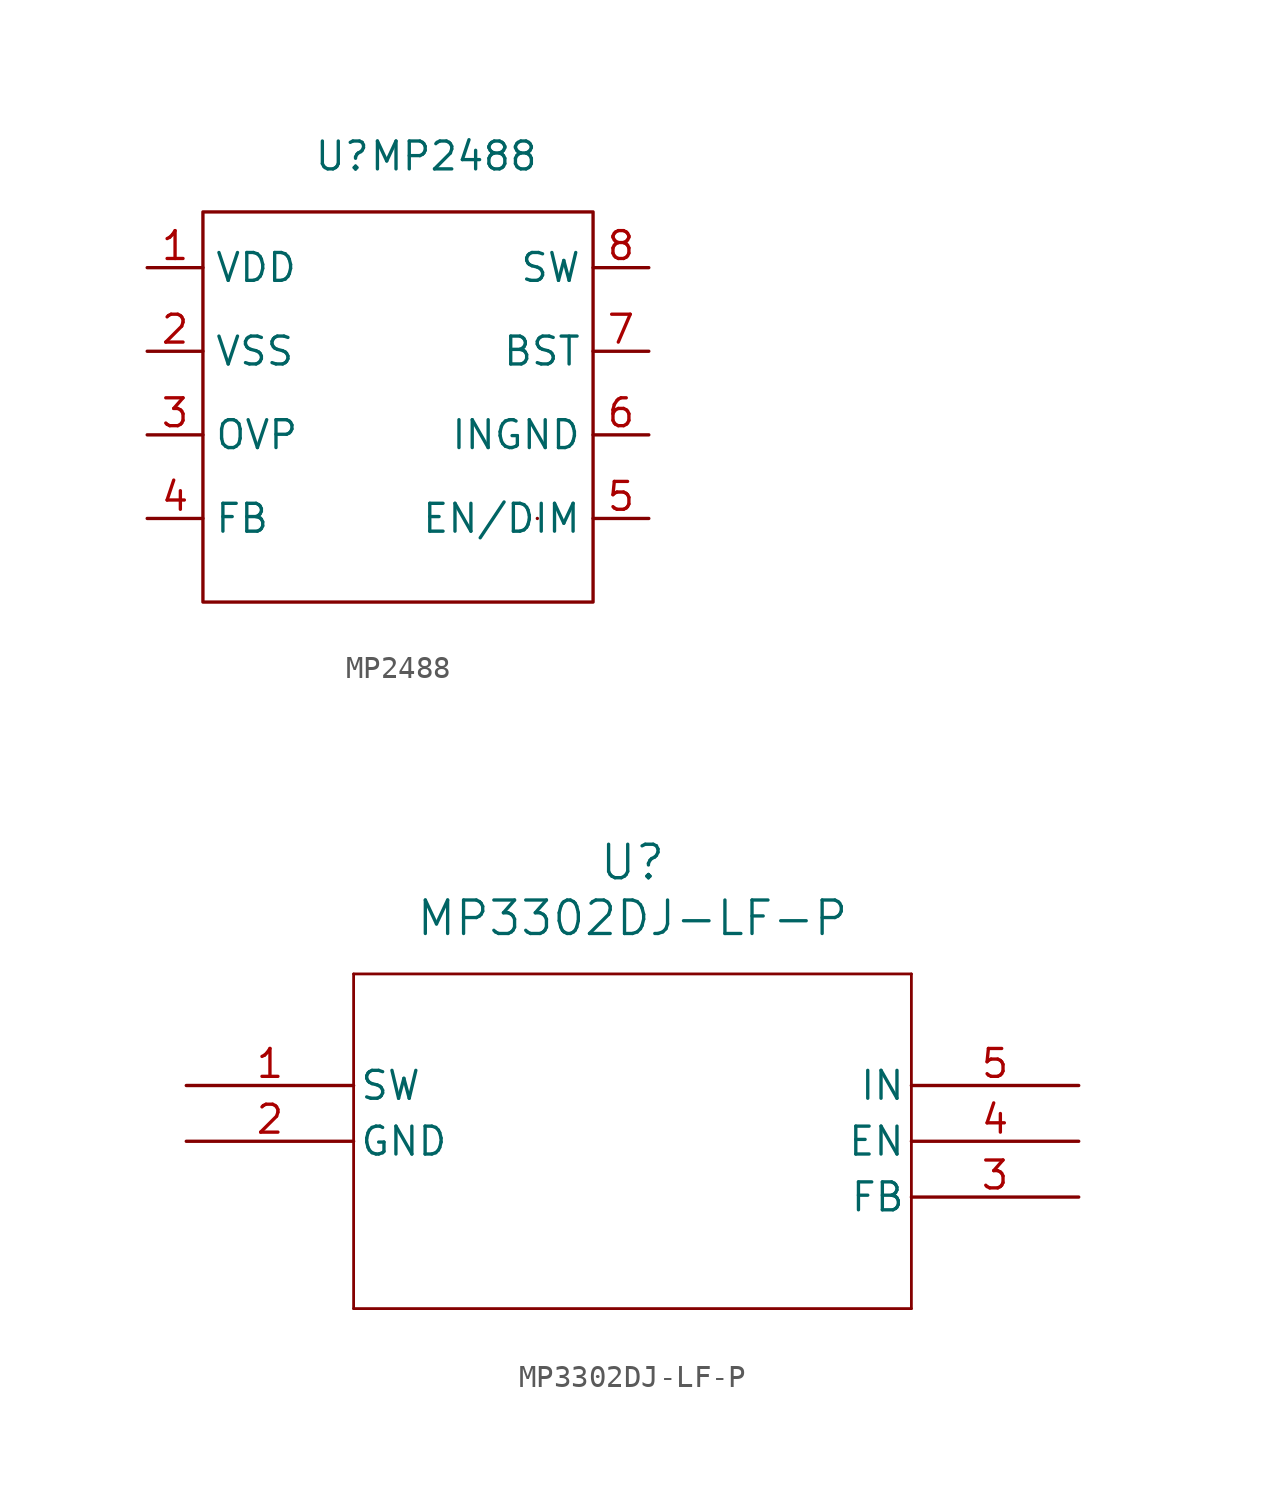
<source format=kicad_sym>
(kicad_symbol_lib
  (version 20211014)
  (generator kicad_symbol_editor)
  (symbol "MP2488"
    (property "Reference" "U"
      (at 0 0 0)
      (effects (font (size 1.27 1.27))))
    (property "Value" "MP2488"
      (at 5.08 0 0)
      (effects (font (size 1.27 1.27))))
    (symbol "MP2488_0_1"
      (rectangle (start -6.35 -2.54) (end 11.43 -20.32) (stroke (width 0) (type default) (color 0 0 0 0)) (fill (type none)))
      (rectangle (start 8.89 -16.51) (end 8.89 -16.51) (stroke (width 0) (type default) (color 0 0 0 0)) (fill (type none))))
    (symbol "MP2488_1_1"
      (pin input line (at -8.89 -5.08 0) (length 2.54) (name "VDD" (effects (font (size 1.27 1.27)))) (number "1" (effects (font (size 1.27 1.27)))))
      (pin input line (at -8.89 -8.89 0) (length 2.54) (name "VSS" (effects (font (size 1.27 1.27)))) (number "2" (effects (font (size 1.27 1.27)))))
      (pin input line (at -8.89 -12.7 0) (length 2.54) (name "OVP" (effects (font (size 1.27 1.27)))) (number "3" (effects (font (size 1.27 1.27)))))
      (pin input line (at -8.89 -16.51 0) (length 2.54) (name "FB" (effects (font (size 1.27 1.27)))) (number "4" (effects (font (size 1.27 1.27)))))
      (pin input line (at 13.97 -16.51 180) (length 2.54) (name "EN/DIM" (effects (font (size 1.27 1.27)))) (number "5" (effects (font (size 1.27 1.27)))))
      (pin input line (at 13.97 -12.7 180) (length 2.54) (name "INGND" (effects (font (size 1.27 1.27)))) (number "6" (effects (font (size 1.27 1.27)))))
      (pin input line (at 13.97 -8.89 180) (length 2.54) (name "BST" (effects (font (size 1.27 1.27)))) (number "7" (effects (font (size 1.27 1.27)))))
      (pin input line (at 13.97 -5.08 180) (length 2.54) (name "SW" (effects (font (size 1.27 1.27)))) (number "8" (effects (font (size 1.27 1.27)))))))
  (symbol "MP3302DJ-LF-P"
    (pin_names
      (offset 0.254))
    (property "Reference" "U"
      (at 20.32 10.16 0)
      (effects (font (size 1.524 1.524))))
    (property "Value" "MP3302DJ-LF-P"
      (at 20.32 7.62 0)
      (effects (font (size 1.524 1.524))))
    (property "ki_locked" ""
      (at 0 0 0)
      (effects (font (size 1.27 1.27))))
    (symbol "MP3302DJ-LF-P_0_1"
      (polyline (pts (xy 7.62 -10.16) (xy 33.02 -10.16)) (stroke (width 0.127) (type default) (color 0 0 0 0)) (fill (type none)))
      (polyline (pts (xy 7.62 5.08) (xy 7.62 -10.16)) (stroke (width 0.127) (type default) (color 0 0 0 0)) (fill (type none)))
      (polyline (pts (xy 33.02 -10.16) (xy 33.02 5.08)) (stroke (width 0.127) (type default) (color 0 0 0 0)) (fill (type none)))
      (polyline (pts (xy 33.02 5.08) (xy 7.62 5.08)) (stroke (width 0.127) (type default) (color 0 0 0 0)) (fill (type none)))
      (pin unspecified line (at 0 0 0) (length 7.62) (name "SW" (effects (font (size 1.27 1.27)))) (number "1" (effects (font (size 1.27 1.27)))))
      (pin power_out line (at 0 -2.54 0) (length 7.62) (name "GND" (effects (font (size 1.27 1.27)))) (number "2" (effects (font (size 1.27 1.27)))))
      (pin unspecified line (at 40.64 -5.08 180) (length 7.62) (name "FB" (effects (font (size 1.27 1.27)))) (number "3" (effects (font (size 1.27 1.27)))))
      (pin unspecified line (at 40.64 -2.54 180) (length 7.62) (name "EN" (effects (font (size 1.27 1.27)))) (number "4" (effects (font (size 1.27 1.27)))))
      (pin unspecified line (at 40.64 0 180) (length 7.62) (name "IN" (effects (font (size 1.27 1.27)))) (number "5" (effects (font (size 1.27 1.27))))))))
</source>
